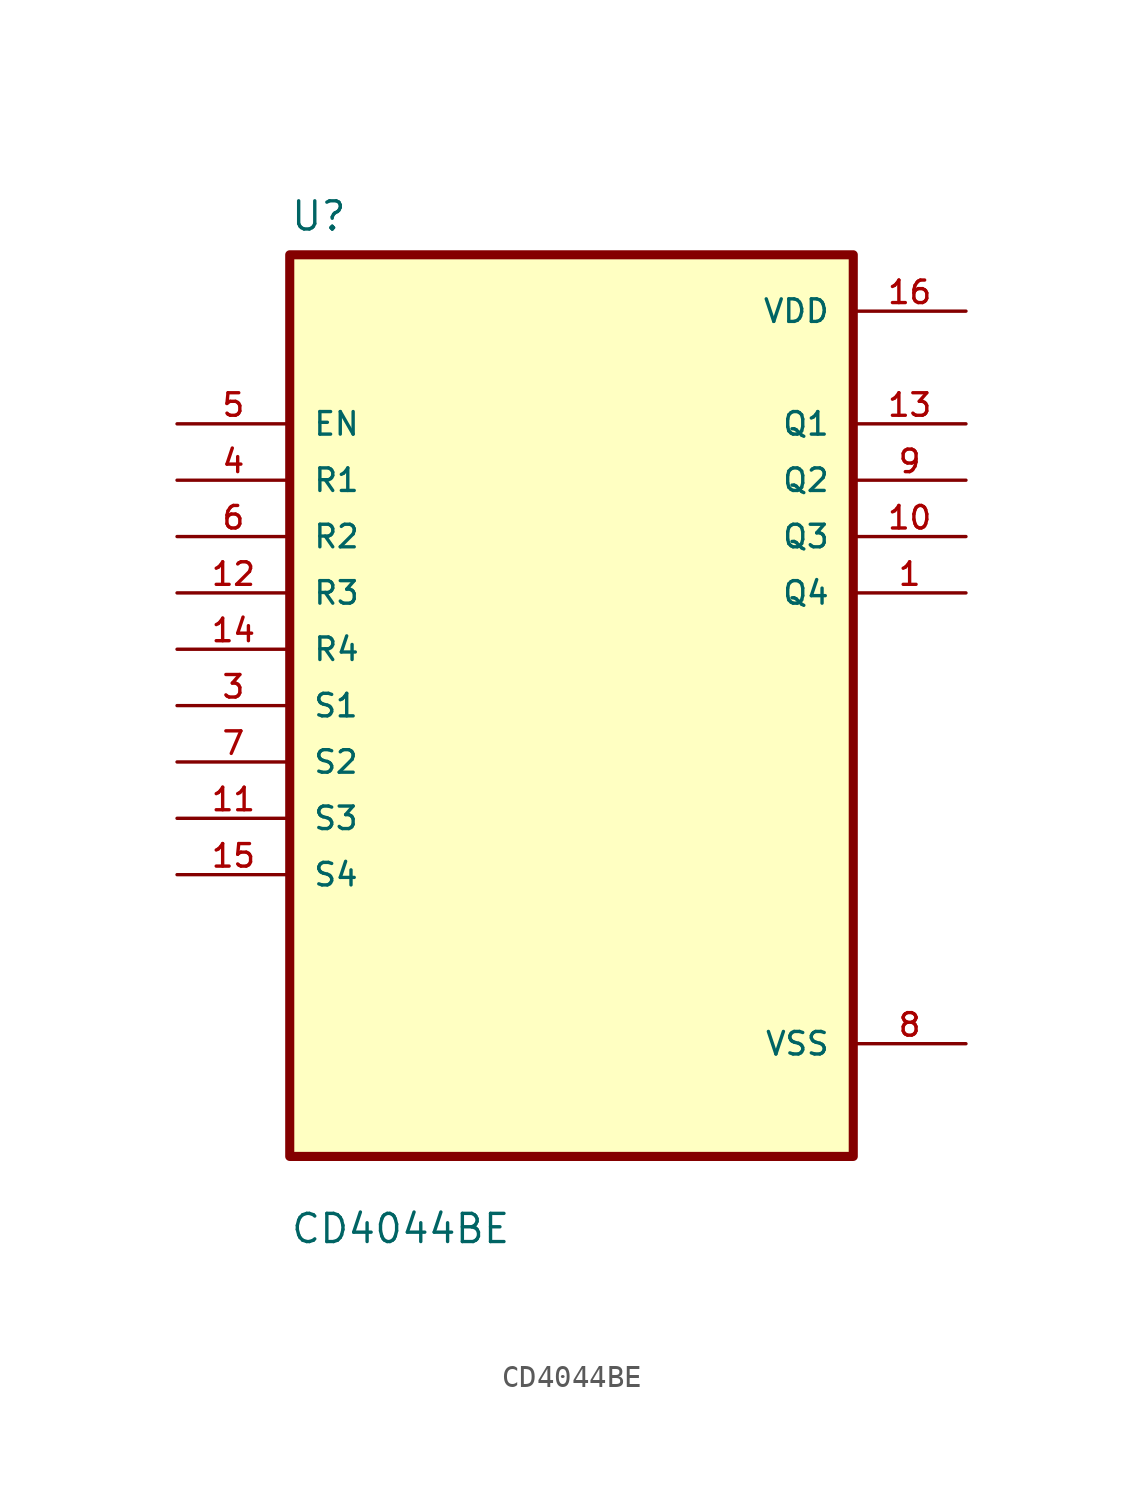
<source format=kicad_sym>
(kicad_symbol_lib
  (version 20211014)
  (generator kicad_symbol_editor)
  (symbol "CD4044BE"
    (pin_names
      (offset 1.016))
    (property "Reference" "U"
      (at -12.7 21.32 0.0)
      (effects (font (size 1.27 1.27)) (justify bottom left)))
    (property "Value" "CD4044BE"
      (at -12.7 -24.32 0.0)
      (effects (font (size 1.27 1.27)) (justify bottom left)))
    (symbol "CD4044BE_0_0"
      (rectangle (start -12.7 -20.32) (end 12.7 20.32) (stroke (width 0.41)) (fill (type background)))
      (pin input line (at -17.78 12.7 0) (length 5.08) (name "EN" (effects (font (size 1.016 1.016)))) (number "5" (effects (font (size 1.016 1.016)))))
      (pin input line (at -17.78 10.16 0) (length 5.08) (name "R1" (effects (font (size 1.016 1.016)))) (number "4" (effects (font (size 1.016 1.016)))))
      (pin input line (at -17.78 7.62 0) (length 5.08) (name "R2" (effects (font (size 1.016 1.016)))) (number "6" (effects (font (size 1.016 1.016)))))
      (pin input line (at -17.78 5.08 0) (length 5.08) (name "R3" (effects (font (size 1.016 1.016)))) (number "12" (effects (font (size 1.016 1.016)))))
      (pin input line (at -17.78 2.54 0) (length 5.08) (name "R4" (effects (font (size 1.016 1.016)))) (number "14" (effects (font (size 1.016 1.016)))))
      (pin input line (at -17.78 0.0 0) (length 5.08) (name "S1" (effects (font (size 1.016 1.016)))) (number "3" (effects (font (size 1.016 1.016)))))
      (pin input line (at -17.78 -2.54 0) (length 5.08) (name "S2" (effects (font (size 1.016 1.016)))) (number "7" (effects (font (size 1.016 1.016)))))
      (pin input line (at -17.78 -5.08 0) (length 5.08) (name "S3" (effects (font (size 1.016 1.016)))) (number "11" (effects (font (size 1.016 1.016)))))
      (pin input line (at -17.78 -7.62 0) (length 5.08) (name "S4" (effects (font (size 1.016 1.016)))) (number "15" (effects (font (size 1.016 1.016)))))
      (pin power_in line (at 17.78 17.78 180.0) (length 5.08) (name "VDD" (effects (font (size 1.016 1.016)))) (number "16" (effects (font (size 1.016 1.016)))))
      (pin output line (at 17.78 12.7 180.0) (length 5.08) (name "Q1" (effects (font (size 1.016 1.016)))) (number "13" (effects (font (size 1.016 1.016)))))
      (pin output line (at 17.78 10.16 180.0) (length 5.08) (name "Q2" (effects (font (size 1.016 1.016)))) (number "9" (effects (font (size 1.016 1.016)))))
      (pin output line (at 17.78 7.62 180.0) (length 5.08) (name "Q3" (effects (font (size 1.016 1.016)))) (number "10" (effects (font (size 1.016 1.016)))))
      (pin output line (at 17.78 5.08 180.0) (length 5.08) (name "Q4" (effects (font (size 1.016 1.016)))) (number "1" (effects (font (size 1.016 1.016)))))
      (pin power_in line (at 17.78 -15.24 180.0) (length 5.08) (name "VSS" (effects (font (size 1.016 1.016)))) (number "8" (effects (font (size 1.016 1.016))))))))
</source>
